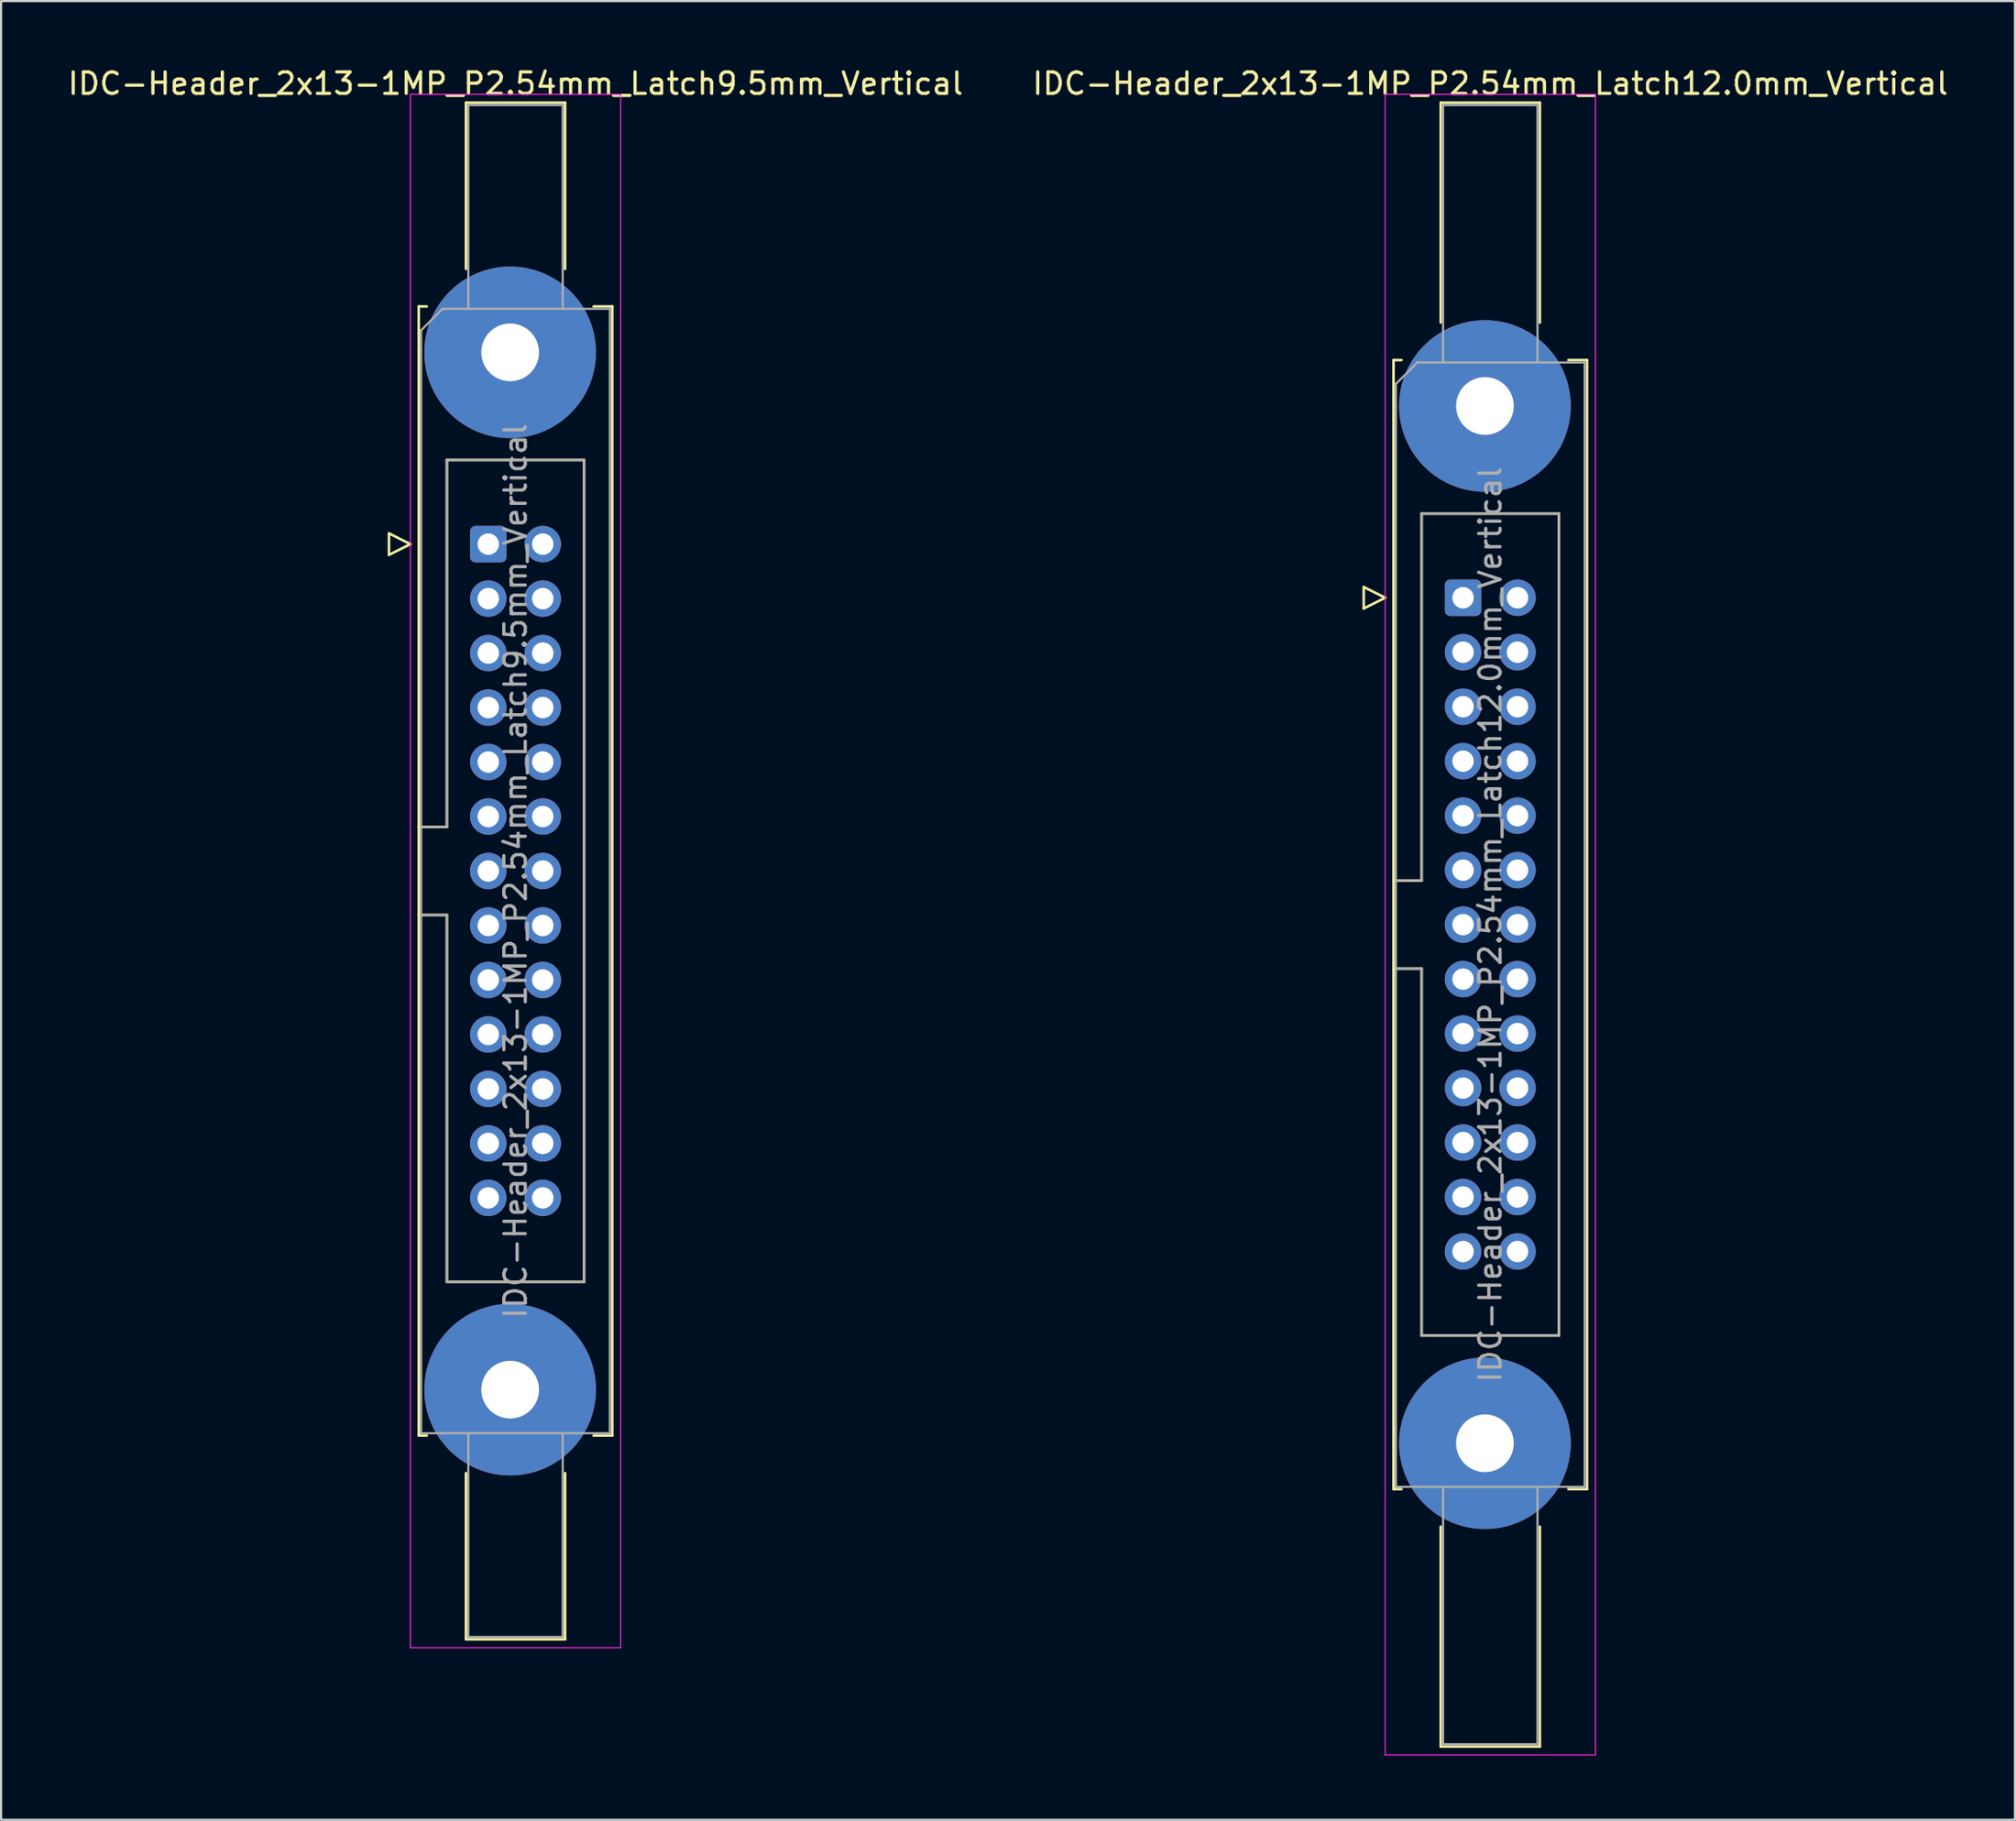
<source format=kicad_pcb>
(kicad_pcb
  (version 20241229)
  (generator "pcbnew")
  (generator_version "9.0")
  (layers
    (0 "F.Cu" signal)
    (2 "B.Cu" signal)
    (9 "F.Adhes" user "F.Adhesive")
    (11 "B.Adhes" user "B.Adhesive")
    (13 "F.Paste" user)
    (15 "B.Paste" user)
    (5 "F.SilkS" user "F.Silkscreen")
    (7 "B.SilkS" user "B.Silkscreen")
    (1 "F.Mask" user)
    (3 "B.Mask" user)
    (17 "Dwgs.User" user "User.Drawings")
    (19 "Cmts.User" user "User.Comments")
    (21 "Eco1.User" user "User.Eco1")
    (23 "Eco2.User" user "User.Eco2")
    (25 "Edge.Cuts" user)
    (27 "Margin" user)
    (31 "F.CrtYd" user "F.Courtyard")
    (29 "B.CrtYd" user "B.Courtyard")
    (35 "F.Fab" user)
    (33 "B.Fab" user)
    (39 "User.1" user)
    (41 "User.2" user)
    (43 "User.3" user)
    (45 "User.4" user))
  (footprint "IDC-Header_2x13-1MP_P2.54mm_Latch9.5mm_Vertical"
    (layer "F.Cu")
    (at 19.712 22.318)
    (property "Reference" "IDC-Header_2x13-1MP_P2.54mm_Latch9.5mm_Vertical" (at 1.27 -21.47 0) (layer "F.SilkS") (effects (font (size 1 1) (thickness 0.15))))
    (attr through_hole)
    (fp_line (start -4.63 -0.5) (end -4.63 0.5) (stroke (width 0.12) (type solid)) (layer "F.SilkS"))
    (fp_line (start -4.63 0.5) (end -3.63 0) (stroke (width 0.12) (type solid)) (layer "F.SilkS"))
    (fp_line (start -3.63 0) (end -4.63 -0.5) (stroke (width 0.12) (type solid)) (layer "F.SilkS"))
    (fp_line (start -3.24 -11.08) (end -3.24 41.56) (stroke (width 0.12) (type solid)) (layer "F.SilkS"))
    (fp_line (start -3.24 13.19) (end -1.93 13.19) (stroke (width 0.12) (type solid)) (layer "F.SilkS"))
    (fp_line (start -3.24 41.56) (end -2.87 41.56) (stroke (width 0.12) (type solid)) (layer "F.SilkS"))
    (fp_line (start -2.87 -11.08) (end -3.24 -11.08) (stroke (width 0.12) (type solid)) (layer "F.SilkS"))
    (fp_line (start -1.93 -3.92) (end 4.47 -3.92) (stroke (width 0.12) (type solid)) (layer "F.SilkS"))
    (fp_line (start -1.93 13.19) (end -1.93 -3.92) (stroke (width 0.12) (type solid)) (layer "F.SilkS"))
    (fp_line (start -1.93 17.29) (end -3.24 17.29) (stroke (width 0.12) (type solid)) (layer "F.SilkS"))
    (fp_line (start -1.93 34.4) (end -1.93 17.29) (stroke (width 0.12) (type solid)) (layer "F.SilkS"))
    (fp_line (start -1.04 -20.58) (end 3.58 -20.58) (stroke (width 0.12) (type solid)) (layer "F.SilkS"))
    (fp_line (start -1.04 -12.83) (end -1.04 -20.58) (stroke (width 0.12) (type solid)) (layer "F.SilkS"))
    (fp_line (start -1.04 43.31) (end -1.04 51.06) (stroke (width 0.12) (type solid)) (layer "F.SilkS"))
    (fp_line (start -1.04 51.06) (end 3.58 51.06) (stroke (width 0.12) (type solid)) (layer "F.SilkS"))
    (fp_line (start 3.58 -20.58) (end 3.58 -12.83) (stroke (width 0.12) (type solid)) (layer "F.SilkS"))
    (fp_line (start 3.58 51.06) (end 3.58 43.31) (stroke (width 0.12) (type solid)) (layer "F.SilkS"))
    (fp_line (start 4.47 -3.92) (end 4.47 34.4) (stroke (width 0.12) (type solid)) (layer "F.SilkS"))
    (fp_line (start 4.47 34.4) (end -1.93 34.4) (stroke (width 0.12) (type solid)) (layer "F.SilkS"))
    (fp_line (start 4.91 -11.08) (end 5.78 -11.08) (stroke (width 0.12) (type solid)) (layer "F.SilkS"))
    (fp_line (start 5.78 -11.08) (end 5.78 41.56) (stroke (width 0.12) (type solid)) (layer "F.SilkS"))
    (fp_line (start 5.78 41.56) (end 4.91 41.56) (stroke (width 0.12) (type solid)) (layer "F.SilkS"))
    (fp_line (start -3.63 -20.97) (end -3.63 51.45) (stroke (width 0.05) (type solid)) (layer "F.CrtYd"))
    (fp_line (start -3.63 51.45) (end 6.17 51.45) (stroke (width 0.05) (type solid)) (layer "F.CrtYd"))
    (fp_line (start 6.17 -20.97) (end -3.63 -20.97) (stroke (width 0.05) (type solid)) (layer "F.CrtYd"))
    (fp_line (start 6.17 51.45) (end 6.17 -20.97) (stroke (width 0.05) (type solid)) (layer "F.CrtYd"))
    (fp_line (start -3.13 -9.97) (end -2.13 -10.97) (stroke (width 0.1) (type solid)) (layer "F.Fab"))
    (fp_line (start -3.13 13.19) (end -1.93 13.19) (stroke (width 0.1) (type solid)) (layer "F.Fab"))
    (fp_line (start -3.13 41.45) (end -3.13 -9.97) (stroke (width 0.1) (type solid)) (layer "F.Fab"))
    (fp_line (start -2.13 -10.97) (end 5.67 -10.97) (stroke (width 0.1) (type solid)) (layer "F.Fab"))
    (fp_line (start -1.93 -3.92) (end 4.47 -3.92) (stroke (width 0.1) (type solid)) (layer "F.Fab"))
    (fp_line (start -1.93 13.19) (end -1.93 -3.92) (stroke (width 0.1) (type solid)) (layer "F.Fab"))
    (fp_line (start -1.93 17.29) (end -3.13 17.29) (stroke (width 0.1) (type solid)) (layer "F.Fab"))
    (fp_line (start -1.93 34.4) (end -1.93 17.29) (stroke (width 0.1) (type solid)) (layer "F.Fab"))
    (fp_line (start -0.93 -20.47) (end 3.47 -20.47) (stroke (width 0.1) (type solid)) (layer "F.Fab"))
    (fp_line (start -0.93 -10.97) (end -0.93 -20.47) (stroke (width 0.1) (type solid)) (layer "F.Fab"))
    (fp_line (start -0.93 41.45) (end -0.93 50.95) (stroke (width 0.1) (type solid)) (layer "F.Fab"))
    (fp_line (start -0.93 50.95) (end 3.47 50.95) (stroke (width 0.1) (type solid)) (layer "F.Fab"))
    (fp_line (start 3.47 -20.47) (end 3.47 -10.97) (stroke (width 0.1) (type solid)) (layer "F.Fab"))
    (fp_line (start 3.47 50.95) (end 3.47 41.45) (stroke (width 0.1) (type solid)) (layer "F.Fab"))
    (fp_line (start 4.47 -3.92) (end 4.47 34.4) (stroke (width 0.1) (type solid)) (layer "F.Fab"))
    (fp_line (start 4.47 34.4) (end -1.93 34.4) (stroke (width 0.1) (type solid)) (layer "F.Fab"))
    (fp_line (start 5.67 -10.97) (end 5.67 41.45) (stroke (width 0.1) (type solid)) (layer "F.Fab"))
    (fp_line (start 5.67 41.45) (end -3.13 41.45) (stroke (width 0.1) (type solid)) (layer "F.Fab"))
    (fp_text user "${REFERENCE}" (at 1.27 15.24 90) (layer "F.Fab") (effects (font (size 1 1) (thickness 0.15))))
    (pad "1" thru_hole roundrect (at 0 0) (size 1.7 1.7) (drill 1) (layers "*.Cu" "*.Mask") (roundrect_rratio 0.147))
    (pad "2" thru_hole circle (at 2.54 0) (size 1.7 1.7) (drill 1) (layers "*.Cu" "*.Mask"))
    (pad "3" thru_hole circle (at 0 2.54) (size 1.7 1.7) (drill 1) (layers "*.Cu" "*.Mask"))
    (pad "4" thru_hole circle (at 2.54 2.54) (size 1.7 1.7) (drill 1) (layers "*.Cu" "*.Mask"))
    (pad "5" thru_hole circle (at 0 5.08) (size 1.7 1.7) (drill 1) (layers "*.Cu" "*.Mask"))
    (pad "6" thru_hole circle (at 2.54 5.08) (size 1.7 1.7) (drill 1) (layers "*.Cu" "*.Mask"))
    (pad "7" thru_hole circle (at 0 7.62) (size 1.7 1.7) (drill 1) (layers "*.Cu" "*.Mask"))
    (pad "8" thru_hole circle (at 2.54 7.62) (size 1.7 1.7) (drill 1) (layers "*.Cu" "*.Mask"))
    (pad "9" thru_hole circle (at 0 10.16) (size 1.7 1.7) (drill 1) (layers "*.Cu" "*.Mask"))
    (pad "10" thru_hole circle (at 2.54 10.16) (size 1.7 1.7) (drill 1) (layers "*.Cu" "*.Mask"))
    (pad "11" thru_hole circle (at 0 12.7) (size 1.7 1.7) (drill 1) (layers "*.Cu" "*.Mask"))
    (pad "12" thru_hole circle (at 2.54 12.7) (size 1.7 1.7) (drill 1) (layers "*.Cu" "*.Mask"))
    (pad "13" thru_hole circle (at 0 15.24) (size 1.7 1.7) (drill 1) (layers "*.Cu" "*.Mask"))
    (pad "14" thru_hole circle (at 2.54 15.24) (size 1.7 1.7) (drill 1) (layers "*.Cu" "*.Mask"))
    (pad "15" thru_hole circle (at 0 17.78) (size 1.7 1.7) (drill 1) (layers "*.Cu" "*.Mask"))
    (pad "16" thru_hole circle (at 2.54 17.78) (size 1.7 1.7) (drill 1) (layers "*.Cu" "*.Mask"))
    (pad "17" thru_hole circle (at 0 20.32) (size 1.7 1.7) (drill 1) (layers "*.Cu" "*.Mask"))
    (pad "18" thru_hole circle (at 2.54 20.32) (size 1.7 1.7) (drill 1) (layers "*.Cu" "*.Mask"))
    (pad "19" thru_hole circle (at 0 22.86) (size 1.7 1.7) (drill 1) (layers "*.Cu" "*.Mask"))
    (pad "20" thru_hole circle (at 2.54 22.86) (size 1.7 1.7) (drill 1) (layers "*.Cu" "*.Mask"))
    (pad "21" thru_hole circle (at 0 25.4) (size 1.7 1.7) (drill 1) (layers "*.Cu" "*.Mask"))
    (pad "22" thru_hole circle (at 2.54 25.4) (size 1.7 1.7) (drill 1) (layers "*.Cu" "*.Mask"))
    (pad "23" thru_hole circle (at 0 27.94) (size 1.7 1.7) (drill 1) (layers "*.Cu" "*.Mask"))
    (pad "24" thru_hole circle (at 2.54 27.94) (size 1.7 1.7) (drill 1) (layers "*.Cu" "*.Mask"))
    (pad "25" thru_hole circle (at 0 30.48) (size 1.7 1.7) (drill 1) (layers "*.Cu" "*.Mask"))
    (pad "26" thru_hole circle (at 2.54 30.48) (size 1.7 1.7) (drill 1) (layers "*.Cu" "*.Mask"))
    (pad "MP" thru_hole circle (at 1.02 -8.94) (size 8 8) (drill 2.69) (layers "*.Cu" "*.Mask"))
    (pad "MP" thru_hole circle (at 1.02 39.42) (size 8 8) (drill 2.69) (layers "*.Cu" "*.Mask")))
  (footprint "IDC-Header_2x13-1MP_P2.54mm_Latch12.0mm_Vertical"
    (layer "F.Cu")
    (at 65.153 24.818)
    (property "Reference" "IDC-Header_2x13-1MP_P2.54mm_Latch12.0mm_Vertical" (at 1.27 -23.97 0) (layer "F.SilkS") (effects (font (size 1 1) (thickness 0.15))))
    (attr through_hole)
    (fp_line (start -4.63 -0.5) (end -4.63 0.5) (stroke (width 0.12) (type solid)) (layer "F.SilkS"))
    (fp_line (start -4.63 0.5) (end -3.63 0) (stroke (width 0.12) (type solid)) (layer "F.SilkS"))
    (fp_line (start -3.63 0) (end -4.63 -0.5) (stroke (width 0.12) (type solid)) (layer "F.SilkS"))
    (fp_line (start -3.24 -11.08) (end -3.24 41.56) (stroke (width 0.12) (type solid)) (layer "F.SilkS"))
    (fp_line (start -3.24 13.19) (end -1.93 13.19) (stroke (width 0.12) (type solid)) (layer "F.SilkS"))
    (fp_line (start -3.24 41.56) (end -2.87 41.56) (stroke (width 0.12) (type solid)) (layer "F.SilkS"))
    (fp_line (start -2.87 -11.08) (end -3.24 -11.08) (stroke (width 0.12) (type solid)) (layer "F.SilkS"))
    (fp_line (start -1.93 -3.92) (end 4.47 -3.92) (stroke (width 0.12) (type solid)) (layer "F.SilkS"))
    (fp_line (start -1.93 13.19) (end -1.93 -3.92) (stroke (width 0.12) (type solid)) (layer "F.SilkS"))
    (fp_line (start -1.93 17.29) (end -3.24 17.29) (stroke (width 0.12) (type solid)) (layer "F.SilkS"))
    (fp_line (start -1.93 34.4) (end -1.93 17.29) (stroke (width 0.12) (type solid)) (layer "F.SilkS"))
    (fp_line (start -1.04 -23.08) (end 3.58 -23.08) (stroke (width 0.12) (type solid)) (layer "F.SilkS"))
    (fp_line (start -1.04 -12.83) (end -1.04 -23.08) (stroke (width 0.12) (type solid)) (layer "F.SilkS"))
    (fp_line (start -1.04 43.31) (end -1.04 53.56) (stroke (width 0.12) (type solid)) (layer "F.SilkS"))
    (fp_line (start -1.04 53.56) (end 3.58 53.56) (stroke (width 0.12) (type solid)) (layer "F.SilkS"))
    (fp_line (start 3.58 -23.08) (end 3.58 -12.83) (stroke (width 0.12) (type solid)) (layer "F.SilkS"))
    (fp_line (start 3.58 53.56) (end 3.58 43.31) (stroke (width 0.12) (type solid)) (layer "F.SilkS"))
    (fp_line (start 4.47 -3.92) (end 4.47 34.4) (stroke (width 0.12) (type solid)) (layer "F.SilkS"))
    (fp_line (start 4.47 34.4) (end -1.93 34.4) (stroke (width 0.12) (type solid)) (layer "F.SilkS"))
    (fp_line (start 4.91 -11.08) (end 5.78 -11.08) (stroke (width 0.12) (type solid)) (layer "F.SilkS"))
    (fp_line (start 5.78 -11.08) (end 5.78 41.56) (stroke (width 0.12) (type solid)) (layer "F.SilkS"))
    (fp_line (start 5.78 41.56) (end 4.91 41.56) (stroke (width 0.12) (type solid)) (layer "F.SilkS"))
    (fp_line (start -3.63 -23.47) (end -3.63 53.95) (stroke (width 0.05) (type solid)) (layer "F.CrtYd"))
    (fp_line (start -3.63 53.95) (end 6.17 53.95) (stroke (width 0.05) (type solid)) (layer "F.CrtYd"))
    (fp_line (start 6.17 -23.47) (end -3.63 -23.47) (stroke (width 0.05) (type solid)) (layer "F.CrtYd"))
    (fp_line (start 6.17 53.95) (end 6.17 -23.47) (stroke (width 0.05) (type solid)) (layer "F.CrtYd"))
    (fp_line (start -3.13 -9.97) (end -2.13 -10.97) (stroke (width 0.1) (type solid)) (layer "F.Fab"))
    (fp_line (start -3.13 13.19) (end -1.93 13.19) (stroke (width 0.1) (type solid)) (layer "F.Fab"))
    (fp_line (start -3.13 41.45) (end -3.13 -9.97) (stroke (width 0.1) (type solid)) (layer "F.Fab"))
    (fp_line (start -2.13 -10.97) (end 5.67 -10.97) (stroke (width 0.1) (type solid)) (layer "F.Fab"))
    (fp_line (start -1.93 -3.92) (end 4.47 -3.92) (stroke (width 0.1) (type solid)) (layer "F.Fab"))
    (fp_line (start -1.93 13.19) (end -1.93 -3.92) (stroke (width 0.1) (type solid)) (layer "F.Fab"))
    (fp_line (start -1.93 17.29) (end -3.13 17.29) (stroke (width 0.1) (type solid)) (layer "F.Fab"))
    (fp_line (start -1.93 34.4) (end -1.93 17.29) (stroke (width 0.1) (type solid)) (layer "F.Fab"))
    (fp_line (start -0.93 -22.97) (end 3.47 -22.97) (stroke (width 0.1) (type solid)) (layer "F.Fab"))
    (fp_line (start -0.93 -10.97) (end -0.93 -22.97) (stroke (width 0.1) (type solid)) (layer "F.Fab"))
    (fp_line (start -0.93 41.45) (end -0.93 53.45) (stroke (width 0.1) (type solid)) (layer "F.Fab"))
    (fp_line (start -0.93 53.45) (end 3.47 53.45) (stroke (width 0.1) (type solid)) (layer "F.Fab"))
    (fp_line (start 3.47 -22.97) (end 3.47 -10.97) (stroke (width 0.1) (type solid)) (layer "F.Fab"))
    (fp_line (start 3.47 53.45) (end 3.47 41.45) (stroke (width 0.1) (type solid)) (layer "F.Fab"))
    (fp_line (start 4.47 -3.92) (end 4.47 34.4) (stroke (width 0.1) (type solid)) (layer "F.Fab"))
    (fp_line (start 4.47 34.4) (end -1.93 34.4) (stroke (width 0.1) (type solid)) (layer "F.Fab"))
    (fp_line (start 5.67 -10.97) (end 5.67 41.45) (stroke (width 0.1) (type solid)) (layer "F.Fab"))
    (fp_line (start 5.67 41.45) (end -3.13 41.45) (stroke (width 0.1) (type solid)) (layer "F.Fab"))
    (fp_text user "${REFERENCE}" (at 1.27 15.24 90) (layer "F.Fab") (effects (font (size 1 1) (thickness 0.15))))
    (pad "1" thru_hole roundrect (at 0 0) (size 1.7 1.7) (drill 1) (layers "*.Cu" "*.Mask") (roundrect_rratio 0.147))
    (pad "2" thru_hole circle (at 2.54 0) (size 1.7 1.7) (drill 1) (layers "*.Cu" "*.Mask"))
    (pad "3" thru_hole circle (at 0 2.54) (size 1.7 1.7) (drill 1) (layers "*.Cu" "*.Mask"))
    (pad "4" thru_hole circle (at 2.54 2.54) (size 1.7 1.7) (drill 1) (layers "*.Cu" "*.Mask"))
    (pad "5" thru_hole circle (at 0 5.08) (size 1.7 1.7) (drill 1) (layers "*.Cu" "*.Mask"))
    (pad "6" thru_hole circle (at 2.54 5.08) (size 1.7 1.7) (drill 1) (layers "*.Cu" "*.Mask"))
    (pad "7" thru_hole circle (at 0 7.62) (size 1.7 1.7) (drill 1) (layers "*.Cu" "*.Mask"))
    (pad "8" thru_hole circle (at 2.54 7.62) (size 1.7 1.7) (drill 1) (layers "*.Cu" "*.Mask"))
    (pad "9" thru_hole circle (at 0 10.16) (size 1.7 1.7) (drill 1) (layers "*.Cu" "*.Mask"))
    (pad "10" thru_hole circle (at 2.54 10.16) (size 1.7 1.7) (drill 1) (layers "*.Cu" "*.Mask"))
    (pad "11" thru_hole circle (at 0 12.7) (size 1.7 1.7) (drill 1) (layers "*.Cu" "*.Mask"))
    (pad "12" thru_hole circle (at 2.54 12.7) (size 1.7 1.7) (drill 1) (layers "*.Cu" "*.Mask"))
    (pad "13" thru_hole circle (at 0 15.24) (size 1.7 1.7) (drill 1) (layers "*.Cu" "*.Mask"))
    (pad "14" thru_hole circle (at 2.54 15.24) (size 1.7 1.7) (drill 1) (layers "*.Cu" "*.Mask"))
    (pad "15" thru_hole circle (at 0 17.78) (size 1.7 1.7) (drill 1) (layers "*.Cu" "*.Mask"))
    (pad "16" thru_hole circle (at 2.54 17.78) (size 1.7 1.7) (drill 1) (layers "*.Cu" "*.Mask"))
    (pad "17" thru_hole circle (at 0 20.32) (size 1.7 1.7) (drill 1) (layers "*.Cu" "*.Mask"))
    (pad "18" thru_hole circle (at 2.54 20.32) (size 1.7 1.7) (drill 1) (layers "*.Cu" "*.Mask"))
    (pad "19" thru_hole circle (at 0 22.86) (size 1.7 1.7) (drill 1) (layers "*.Cu" "*.Mask"))
    (pad "20" thru_hole circle (at 2.54 22.86) (size 1.7 1.7) (drill 1) (layers "*.Cu" "*.Mask"))
    (pad "21" thru_hole circle (at 0 25.4) (size 1.7 1.7) (drill 1) (layers "*.Cu" "*.Mask"))
    (pad "22" thru_hole circle (at 2.54 25.4) (size 1.7 1.7) (drill 1) (layers "*.Cu" "*.Mask"))
    (pad "23" thru_hole circle (at 0 27.94) (size 1.7 1.7) (drill 1) (layers "*.Cu" "*.Mask"))
    (pad "24" thru_hole circle (at 2.54 27.94) (size 1.7 1.7) (drill 1) (layers "*.Cu" "*.Mask"))
    (pad "25" thru_hole circle (at 0 30.48) (size 1.7 1.7) (drill 1) (layers "*.Cu" "*.Mask"))
    (pad "26" thru_hole circle (at 2.54 30.48) (size 1.7 1.7) (drill 1) (layers "*.Cu" "*.Mask"))
    (pad "MP" thru_hole circle (at 1.02 -8.94) (size 8 8) (drill 2.69) (layers "*.Cu" "*.Mask"))
    (pad "MP" thru_hole circle (at 1.02 39.42) (size 8 8) (drill 2.69) (layers "*.Cu" "*.Mask")))
  (gr_rect
    (start -3 -3)
    (end 90.881 81.793)
    (stroke (width 0.1) (type default))
    (fill no)
    (layer "Edge.Cuts")))
</source>
